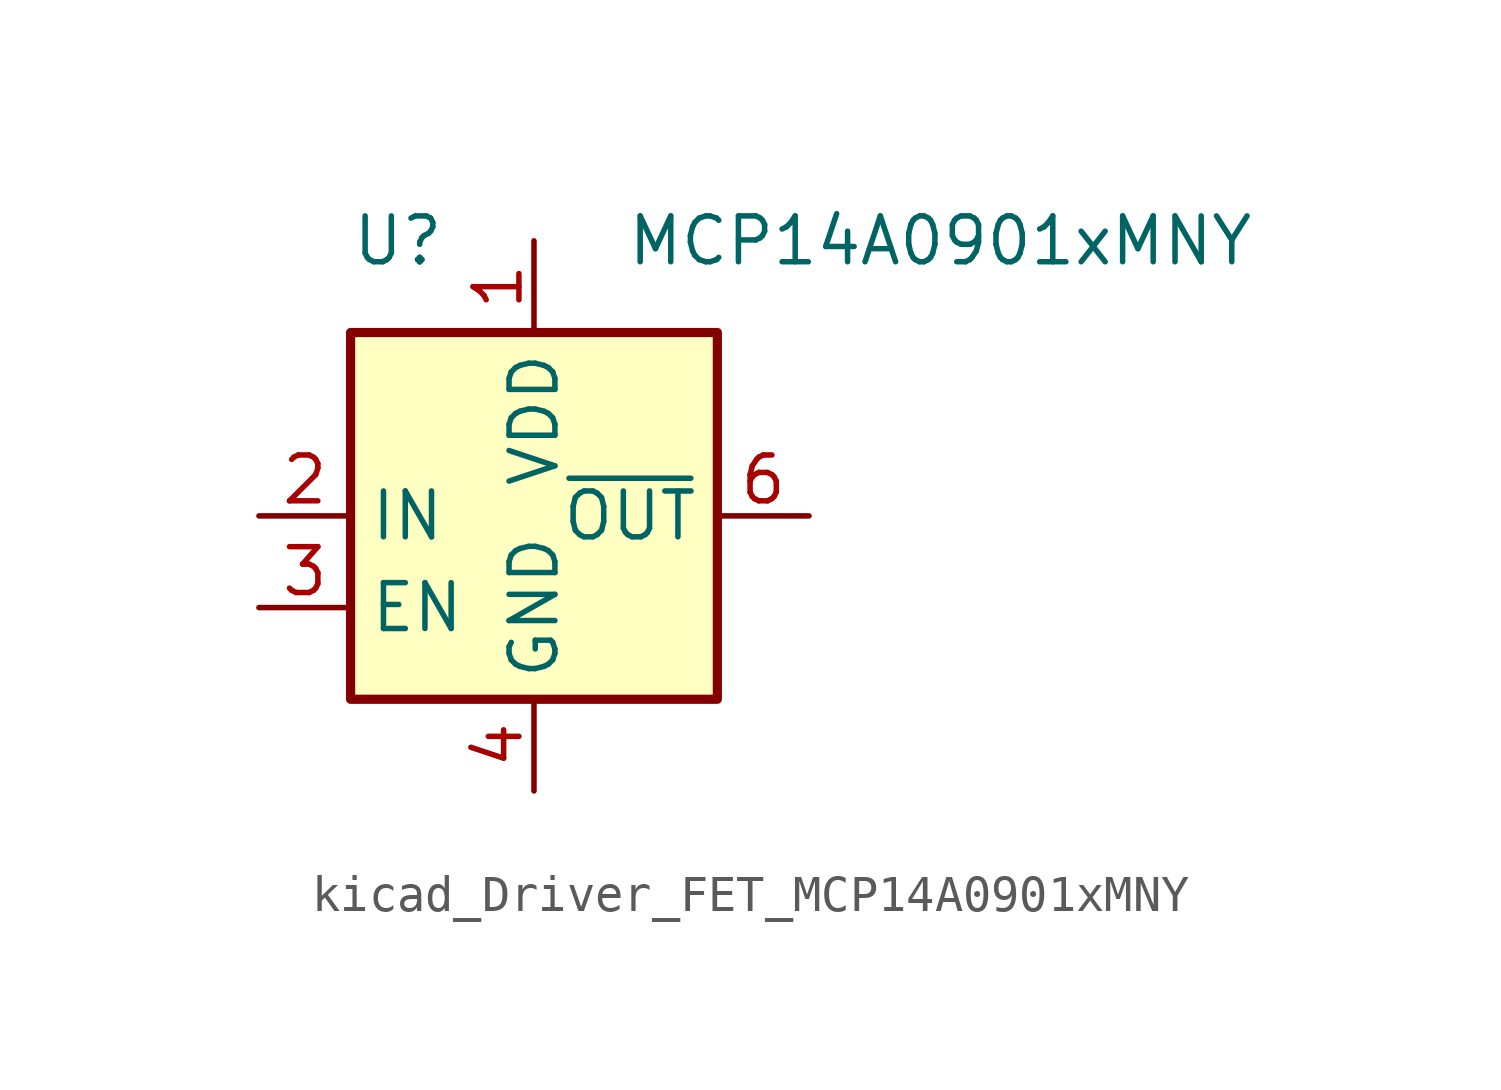
<source format=kicad_sym>
(kicad_symbol_lib
  (version 20220914)
  (generator kicad_symbol_editor)
  (symbol "kicad_Driver_FET_MCP14A0901xMNY"
    (property "Reference" "U"
      (at -5.08 7.62 0)
      (effects (font (size 1.27 1.27)) (justify left)))
    (property "Value" "MCP14A0901xMNY"
      (at 2.54 7.62 0)
      (effects (font (size 1.27 1.27)) (justify left)))
    (symbol "kicad_Driver_FET_MCP14A0901xMNY_0_1"
      (rectangle (start -5.08 -5.08) (end 5.08 5.08) (stroke (width 0.254) (type default)) (fill (type background))))
    (symbol "kicad_Driver_FET_MCP14A0901xMNY_1_1"
      (pin power_in line (at 0 7.62 270) (length 2.54) (name "VDD" (effects (font (size 1.27 1.27)))) (number "1" (effects (font (size 1.27 1.27)))))
      (pin input line (at -7.62 0 0) (length 2.54) (name "IN" (effects (font (size 1.27 1.27)))) (number "2" (effects (font (size 1.27 1.27)))))
      (pin input line (at -7.62 -2.54 0) (length 2.54) (name "EN" (effects (font (size 1.27 1.27)))) (number "3" (effects (font (size 1.27 1.27)))))
      (pin power_in line (at 0 -7.62 90) (length 2.54) (name "GND" (effects (font (size 1.27 1.27)))) (number "4" (effects (font (size 1.27 1.27)))))
      (pin passive line (at 0 -7.62 90) (length 2.54) hide (name "GND" (effects (font (size 1.27 1.27)))) (number "5" (effects (font (size 1.27 1.27)))))
      (pin output line (at 7.62 0 180) (length 2.54) (name "~{OUT}" (effects (font (size 1.27 1.27)))) (number "6" (effects (font (size 1.27 1.27)))))
      (pin passive line (at 7.62 0 180) (length 2.54) hide (name "~{OUT}" (effects (font (size 1.27 1.27)))) (number "7" (effects (font (size 1.27 1.27)))))
      (pin passive line (at 0 7.62 270) (length 2.54) hide (name "VDD" (effects (font (size 1.27 1.27)))) (number "8" (effects (font (size 1.27 1.27)))))
      (pin passive line (at 0 -7.62 90) (length 2.54) hide (name "GND" (effects (font (size 1.27 1.27)))) (number "9" (effects (font (size 1.27 1.27))))))))
</source>
